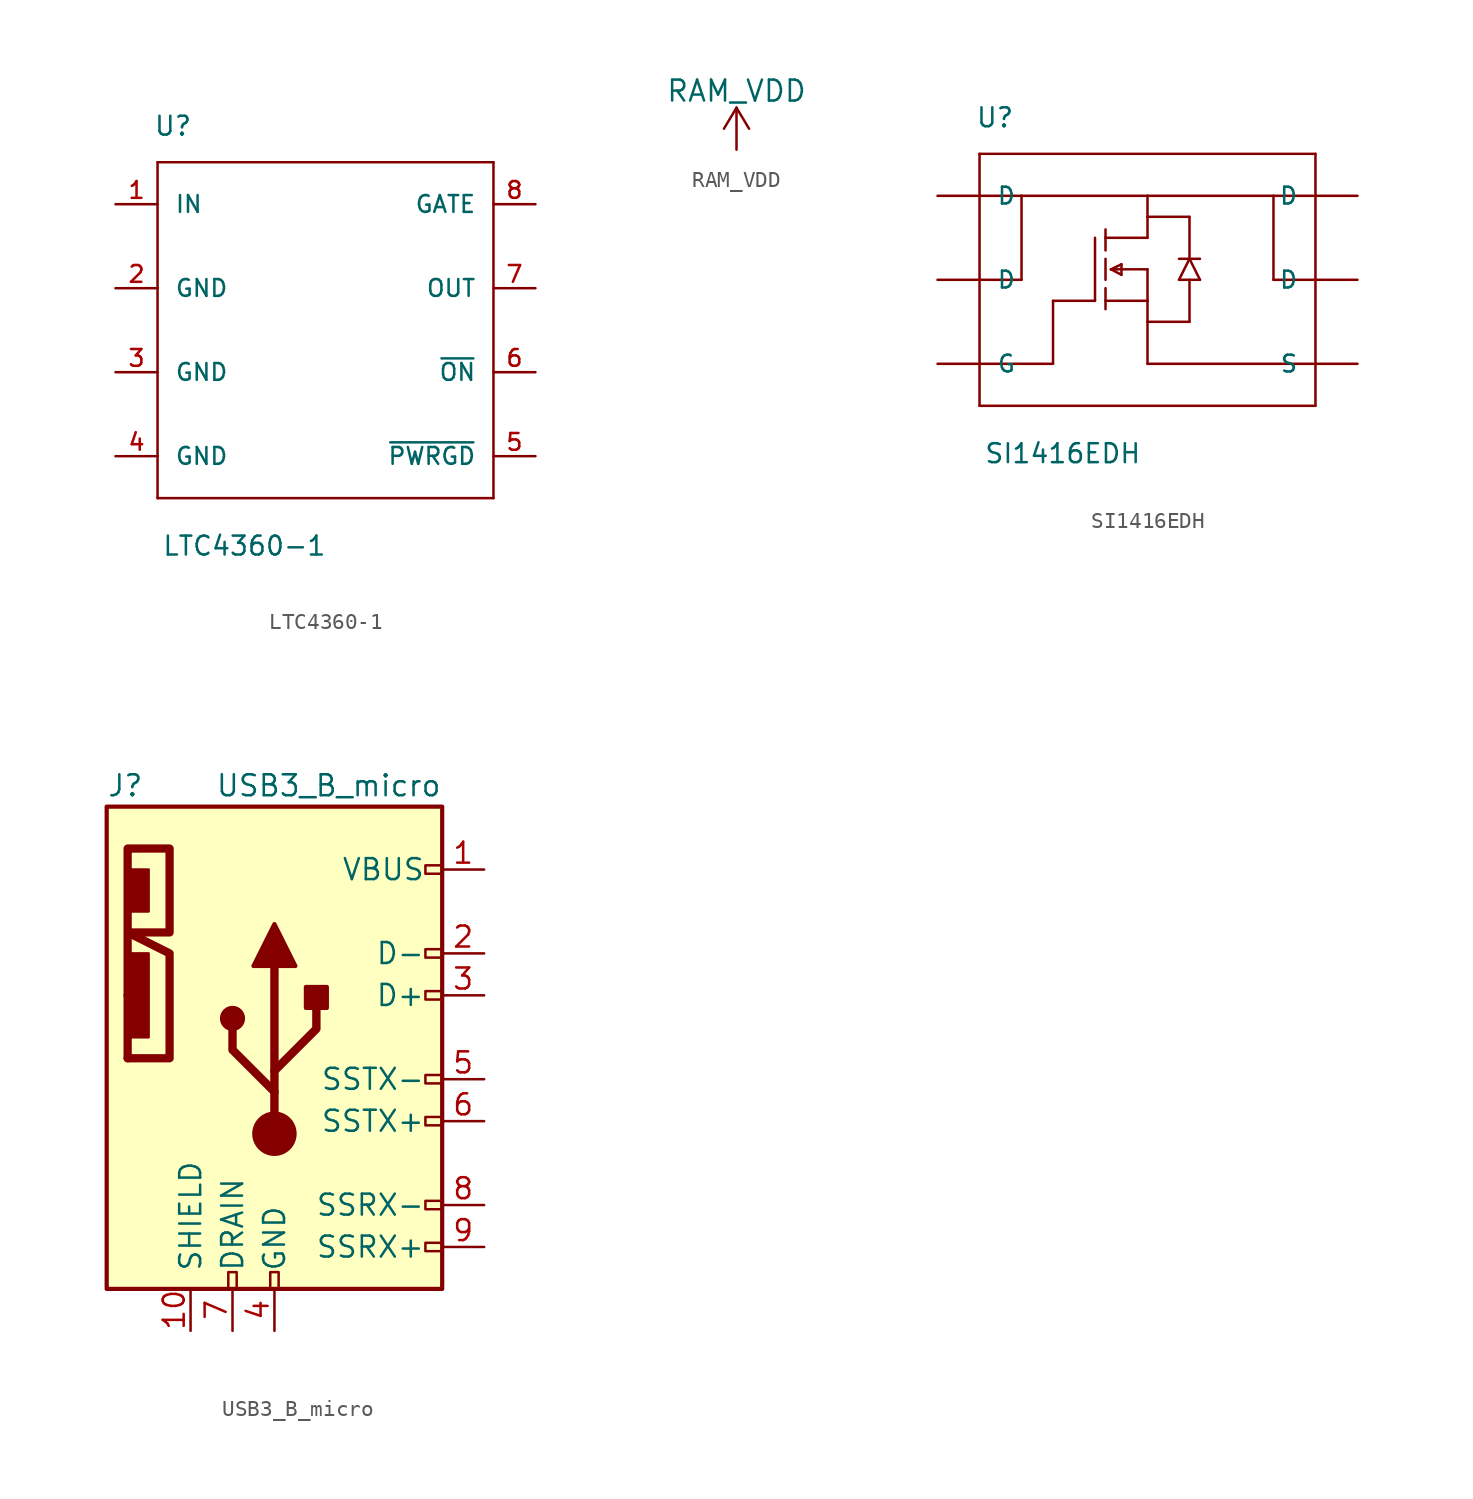
<source format=kicad_sym>
(kicad_symbol_lib
  (version 20211014)
  (generator kicad_symbol_editor)
  (symbol "LTC4360-1"
    (pin_names
      (offset 1.016))
    (property "Reference" "U"
      (at -10.414 11.684 0)
      (effects (font (size 1.143 1.143)) (justify left bottom)))
    (property "Value" "LTC4360-1"
      (at -9.906 -13.716 0)
      (effects (font (size 1.143 1.143)) (justify left bottom)))
    (property "ki_locked" ""
      (at 0 0 0)
      (effects (font (size 1.27 1.27))))
    (symbol "LTC4360-1_1_0"
      (polyline (pts (xy -10.16 -10.16) (xy -10.16 10.16)) (stroke (width 0) (type default) (color 0 0 0 0)) (fill (type none)))
      (polyline (pts (xy -10.16 10.16) (xy 10.16 10.16)) (stroke (width 0) (type default) (color 0 0 0 0)) (fill (type none)))
      (polyline (pts (xy 10.16 -10.16) (xy -10.16 -10.16)) (stroke (width 0) (type default) (color 0 0 0 0)) (fill (type none)))
      (polyline (pts (xy 10.16 10.16) (xy 10.16 -10.16)) (stroke (width 0) (type default) (color 0 0 0 0)) (fill (type none))))
    (symbol "LTC4360-1_1_1"
      (pin power_in line (at -12.7 7.62 0) (length 2.54) (name "IN" (effects (font (size 1.016 1.016)))) (number "1" (effects (font (size 1.016 1.016)))))
      (pin power_in line (at -12.7 2.54 0) (length 2.54) (name "GND" (effects (font (size 1.016 1.016)))) (number "2" (effects (font (size 1.016 1.016)))))
      (pin power_in line (at -12.7 -2.54 0) (length 2.54) (name "GND" (effects (font (size 1.016 1.016)))) (number "3" (effects (font (size 1.016 1.016)))))
      (pin power_in line (at -12.7 -7.62 0) (length 2.54) (name "GND" (effects (font (size 1.016 1.016)))) (number "4" (effects (font (size 1.016 1.016)))))
      (pin output line (at 12.7 -7.62 180) (length 2.54) (name "~{PWRGD}" (effects (font (size 1.016 1.016)))) (number "5" (effects (font (size 1.016 1.016)))))
      (pin input line (at 12.7 -2.54 180) (length 2.54) (name "~{ON}" (effects (font (size 1.016 1.016)))) (number "6" (effects (font (size 1.016 1.016)))))
      (pin input line (at 12.7 2.54 180) (length 2.54) (name "OUT" (effects (font (size 1.016 1.016)))) (number "7" (effects (font (size 1.016 1.016)))))
      (pin output line (at 12.7 7.62 180) (length 2.54) (name "GATE" (effects (font (size 1.016 1.016)))) (number "8" (effects (font (size 1.016 1.016)))))))
  (symbol "RAM_VDD"
    (power)
    (pin_names
      (offset 0))
    (property "Reference" "#PWR"
      (at 0 -3.81 0)
      (effects (font (size 1.27 1.27)) hide))
    (property "Value" "RAM_VDD"
      (at 0 3.556 0)
      (effects (font (size 1.27 1.27))))
    (symbol "RAM_VDD_0_1"
      (polyline (pts (xy -0.762 1.27) (xy 0 2.54)) (stroke (width 0) (type default) (color 0 0 0 0)) (fill (type none)))
      (polyline (pts (xy 0 0) (xy 0 2.54)) (stroke (width 0) (type default) (color 0 0 0 0)) (fill (type none)))
      (polyline (pts (xy 0 2.54) (xy 0.762 1.27)) (stroke (width 0) (type default) (color 0 0 0 0)) (fill (type none))))
    (symbol "RAM_VDD_1_1"
      (pin power_in line (at 0 0 90) (length 0) hide (name "RAM_VDD" (effects (font (size 1.27 1.27)))) (number "1" (effects (font (size 1.27 1.27)))))))
  (symbol "SI1416EDH"
    (pin_numbers hide)
    (pin_names
      (offset 1.016))
    (property "Reference" "U"
      (at -10.414 9.144 0)
      (effects (font (size 1.143 1.143)) (justify left bottom)))
    (property "Value" "SI1416EDH"
      (at -9.906 -11.176 0)
      (effects (font (size 1.143 1.143)) (justify left bottom)))
    (symbol "SI1416EDH_1_0"
      (polyline (pts (xy -10.16 -7.62) (xy -10.16 -5.08)) (stroke (width 0) (type default) (color 0 0 0 0)) (fill (type none)))
      (polyline (pts (xy -10.16 -5.08) (xy -10.16 0)) (stroke (width 0) (type default) (color 0 0 0 0)) (fill (type none)))
      (polyline (pts (xy -10.16 0) (xy -10.16 5.08)) (stroke (width 0) (type default) (color 0 0 0 0)) (fill (type none)))
      (polyline (pts (xy -10.16 0) (xy -7.62 0)) (stroke (width 0) (type default) (color 0 0 0 0)) (fill (type none)))
      (polyline (pts (xy -10.16 5.08) (xy -10.16 7.62)) (stroke (width 0) (type default) (color 0 0 0 0)) (fill (type none)))
      (polyline (pts (xy -10.16 7.62) (xy 10.16 7.62)) (stroke (width 0) (type default) (color 0 0 0 0)) (fill (type none)))
      (polyline (pts (xy -7.62 0) (xy -7.62 5.08)) (stroke (width 0) (type default) (color 0 0 0 0)) (fill (type none)))
      (polyline (pts (xy -7.62 5.08) (xy -10.16 5.08)) (stroke (width 0) (type default) (color 0 0 0 0)) (fill (type none)))
      (polyline (pts (xy -5.715 -5.08) (xy -10.16 -5.08)) (stroke (width 0) (type default) (color 0 0 0 0)) (fill (type none)))
      (polyline (pts (xy -5.715 -1.27) (xy -5.715 -5.08)) (stroke (width 0) (type default) (color 0 0 0 0)) (fill (type none)))
      (polyline (pts (xy -3.175 -1.27) (xy -5.715 -1.27)) (stroke (width 0) (type default) (color 0 0 0 0)) (fill (type none)))
      (polyline (pts (xy -3.175 2.54) (xy -3.175 -1.27)) (stroke (width 0) (type default) (color 0 0 0 0)) (fill (type none)))
      (polyline (pts (xy -2.54 -1.27) (xy -2.54 -1.778)) (stroke (width 0) (type default) (color 0 0 0 0)) (fill (type none)))
      (polyline (pts (xy -2.54 -0.508) (xy -2.54 -1.27)) (stroke (width 0) (type default) (color 0 0 0 0)) (fill (type none)))
      (polyline (pts (xy -2.54 1.27) (xy -2.54 0)) (stroke (width 0) (type default) (color 0 0 0 0)) (fill (type none)))
      (polyline (pts (xy -2.54 2.54) (xy -2.54 1.778)) (stroke (width 0) (type default) (color 0 0 0 0)) (fill (type none)))
      (polyline (pts (xy -2.54 2.54) (xy 0 2.54)) (stroke (width 0) (type default) (color 0 0 0 0)) (fill (type none)))
      (polyline (pts (xy -2.54 3.048) (xy -2.54 2.54)) (stroke (width 0) (type default) (color 0 0 0 0)) (fill (type none)))
      (polyline (pts (xy -2.21 0.635) (xy -1.575 0.94)) (stroke (width 0) (type default) (color 0 0 0 0)) (fill (type none)))
      (polyline (pts (xy -1.575 0.305) (xy -2.21 0.635)) (stroke (width 0) (type default) (color 0 0 0 0)) (fill (type none)))
      (polyline (pts (xy -1.575 0.94) (xy -1.575 0.305)) (stroke (width 0) (type default) (color 0 0 0 0)) (fill (type none)))
      (polyline (pts (xy 0 -5.08) (xy 10.16 -5.08)) (stroke (width 0) (type default) (color 0 0 0 0)) (fill (type none)))
      (polyline (pts (xy 0 -2.54) (xy 0 -5.08)) (stroke (width 0) (type default) (color 0 0 0 0)) (fill (type none)))
      (polyline (pts (xy 0 -2.54) (xy 2.54 -2.54)) (stroke (width 0) (type default) (color 0 0 0 0)) (fill (type none)))
      (polyline (pts (xy 0 -1.27) (xy -2.54 -1.27)) (stroke (width 0) (type default) (color 0 0 0 0)) (fill (type none)))
      (polyline (pts (xy 0 -1.27) (xy 0 -2.54)) (stroke (width 0) (type default) (color 0 0 0 0)) (fill (type none)))
      (polyline (pts (xy 0 0.635) (xy -2.21 0.635)) (stroke (width 0) (type default) (color 0 0 0 0)) (fill (type none)))
      (polyline (pts (xy 0 0.635) (xy 0 -1.27)) (stroke (width 0) (type default) (color 0 0 0 0)) (fill (type none)))
      (polyline (pts (xy 0 2.54) (xy 0 3.81)) (stroke (width 0) (type default) (color 0 0 0 0)) (fill (type none)))
      (polyline (pts (xy 0 3.81) (xy 0 5.08)) (stroke (width 0) (type default) (color 0 0 0 0)) (fill (type none)))
      (polyline (pts (xy 0 3.81) (xy 2.54 3.81)) (stroke (width 0) (type default) (color 0 0 0 0)) (fill (type none)))
      (polyline (pts (xy 0 5.08) (xy -7.62 5.08)) (stroke (width 0) (type default) (color 0 0 0 0)) (fill (type none)))
      (polyline (pts (xy 0 5.08) (xy 7.62 5.08)) (stroke (width 0) (type default) (color 0 0 0 0)) (fill (type none)))
      (polyline (pts (xy 1.905 0) (xy 3.175 0)) (stroke (width 0) (type default) (color 0 0 0 0)) (fill (type none)))
      (polyline (pts (xy 1.905 1.27) (xy 3.175 1.27)) (stroke (width 0) (type default) (color 0 0 0 0)) (fill (type none)))
      (polyline (pts (xy 2.54 -2.54) (xy 2.54 0)) (stroke (width 0) (type default) (color 0 0 0 0)) (fill (type none)))
      (polyline (pts (xy 2.54 1.27) (xy 1.905 0)) (stroke (width 0) (type default) (color 0 0 0 0)) (fill (type none)))
      (polyline (pts (xy 2.54 3.81) (xy 2.54 1.27)) (stroke (width 0) (type default) (color 0 0 0 0)) (fill (type none)))
      (polyline (pts (xy 3.175 0) (xy 2.54 1.27)) (stroke (width 0) (type default) (color 0 0 0 0)) (fill (type none)))
      (polyline (pts (xy 7.62 0) (xy 10.16 0)) (stroke (width 0) (type default) (color 0 0 0 0)) (fill (type none)))
      (polyline (pts (xy 7.62 5.08) (xy 7.62 0)) (stroke (width 0) (type default) (color 0 0 0 0)) (fill (type none)))
      (polyline (pts (xy 7.62 5.08) (xy 10.16 5.08)) (stroke (width 0) (type default) (color 0 0 0 0)) (fill (type none)))
      (polyline (pts (xy 10.16 -7.62) (xy -10.16 -7.62)) (stroke (width 0) (type default) (color 0 0 0 0)) (fill (type none)))
      (polyline (pts (xy 10.16 -5.08) (xy 10.16 -7.62)) (stroke (width 0) (type default) (color 0 0 0 0)) (fill (type none)))
      (polyline (pts (xy 10.16 0) (xy 10.16 -5.08)) (stroke (width 0) (type default) (color 0 0 0 0)) (fill (type none)))
      (polyline (pts (xy 10.16 5.08) (xy 10.16 0)) (stroke (width 0) (type default) (color 0 0 0 0)) (fill (type none)))
      (polyline (pts (xy 10.16 7.62) (xy 10.16 5.08)) (stroke (width 0) (type default) (color 0 0 0 0)) (fill (type none))))
    (symbol "SI1416EDH_1_1"
      (pin passive line (at -12.7 5.08 0) (length 2.54) (name "D" (effects (font (size 1.016 1.016)))) (number "1" (effects (font (size 1.016 1.016)))))
      (pin passive line (at -12.7 0 0) (length 2.54) (name "D" (effects (font (size 1.016 1.016)))) (number "2" (effects (font (size 1.016 1.016)))))
      (pin input line (at -12.7 -5.08 0) (length 2.54) (name "G" (effects (font (size 1.016 1.016)))) (number "3" (effects (font (size 1.016 1.016)))))
      (pin passive line (at 12.7 -5.08 180) (length 2.54) (name "S" (effects (font (size 1.016 1.016)))) (number "4" (effects (font (size 1.016 1.016)))))
      (pin passive line (at 12.7 0 180) (length 2.54) (name "D" (effects (font (size 1.016 1.016)))) (number "5" (effects (font (size 1.016 1.016)))))
      (pin passive line (at 12.7 5.08 180) (length 2.54) (name "D" (effects (font (size 1.016 1.016)))) (number "6" (effects (font (size 1.016 1.016)))))))
  (symbol "USB3_B_micro"
    (pin_names
      (offset 1.016))
    (property "Reference" "J"
      (at -10.16 15.24 0)
      (effects (font (size 1.27 1.27)) (justify left)))
    (property "Value" "USB3_B_micro"
      (at 10.16 15.24 0)
      (effects (font (size 1.27 1.27)) (justify right)))
    (symbol "USB3_B_micro_0_0"
      (rectangle (start -2.794 -15.24) (end -2.286 -14.224) (stroke (width 0) (type default) (color 0 0 0 0)) (fill (type none)))
      (rectangle (start -0.254 -15.24) (end 0.254 -14.224) (stroke (width 0) (type default) (color 0 0 0 0)) (fill (type none)))
      (rectangle (start 10.16 -12.446) (end 9.144 -12.954) (stroke (width 0) (type default) (color 0 0 0 0)) (fill (type none)))
      (rectangle (start 10.16 -9.906) (end 9.144 -10.414) (stroke (width 0) (type default) (color 0 0 0 0)) (fill (type none)))
      (rectangle (start 10.16 -4.826) (end 9.144 -5.334) (stroke (width 0) (type default) (color 0 0 0 0)) (fill (type none)))
      (rectangle (start 10.16 -2.286) (end 9.144 -2.794) (stroke (width 0) (type default) (color 0 0 0 0)) (fill (type none)))
      (rectangle (start 10.16 2.794) (end 9.144 2.286) (stroke (width 0) (type default) (color 0 0 0 0)) (fill (type none)))
      (rectangle (start 10.16 5.334) (end 9.144 4.826) (stroke (width 0) (type default) (color 0 0 0 0)) (fill (type none)))
      (rectangle (start 10.16 10.414) (end 9.144 9.906) (stroke (width 0) (type default) (color 0 0 0 0)) (fill (type none))))
    (symbol "USB3_B_micro_0_1"
      (rectangle (start -10.16 13.97) (end 10.16 -15.24) (stroke (width 0.254) (type default) (color 0 0 0 0)) (fill (type background)))
      (rectangle (start -8.89 5.08) (end -7.62 0) (stroke (width 0) (type default) (color 0 0 0 0)) (fill (type outline)))
      (rectangle (start -8.89 10.16) (end -7.62 7.62) (stroke (width 0) (type default) (color 0 0 0 0)) (fill (type outline)))
      (polyline (pts (xy -8.89 2.54) (xy -8.89 -1.27)) (stroke (width 0.5) (type default) (color 0 0 0 0)) (fill (type none)))
      (polyline (pts (xy -8.89 2.54) (xy -8.89 11.43) (xy -6.35 11.43) (xy -6.35 6.35) (xy -8.89 6.35) (xy -6.35 5.08) (xy -6.35 -1.27) (xy -8.89 -1.27)) (stroke (width 0.5) (type default) (color 0 0 0 0)) (fill (type none))))
    (symbol "USB3_B_micro_1_1"
      (circle (center -2.54 1.143) (radius 0.635) (stroke (width 0.254) (type default) (color 0 0 0 0)) (fill (type outline)))
      (circle (center 0 -5.842) (radius 1.27) (stroke (width 0) (type default) (color 0 0 0 0)) (fill (type outline)))
      (polyline (pts (xy 0 -5.842) (xy 0 4.318)) (stroke (width 0.508) (type default) (color 0 0 0 0)) (fill (type none)))
      (polyline (pts (xy 0 -3.302) (xy -2.54 -0.762) (xy -2.54 0.508)) (stroke (width 0.508) (type default) (color 0 0 0 0)) (fill (type none)))
      (polyline (pts (xy 0 -2.032) (xy 2.54 0.508) (xy 2.54 1.778)) (stroke (width 0.508) (type default) (color 0 0 0 0)) (fill (type none)))
      (polyline (pts (xy -1.27 4.318) (xy 0 6.858) (xy 1.27 4.318) (xy -1.27 4.318)) (stroke (width 0.254) (type default) (color 0 0 0 0)) (fill (type outline)))
      (rectangle (start 1.905 1.778) (end 3.175 3.048) (stroke (width 0.254) (type default) (color 0 0 0 0)) (fill (type outline)))
      (pin power_out line (at 12.7 10.16 180) (length 2.54) (name "VBUS" (effects (font (size 1.27 1.27)))) (number "1" (effects (font (size 1.27 1.27)))))
      (pin passive line (at -5.08 -17.78 90) (length 2.54) (name "SHIELD" (effects (font (size 1.27 1.27)))) (number "10" (effects (font (size 1.27 1.27)))))
      (pin bidirectional line (at 12.7 5.08 180) (length 2.54) (name "D-" (effects (font (size 1.27 1.27)))) (number "2" (effects (font (size 1.27 1.27)))))
      (pin bidirectional line (at 12.7 2.54 180) (length 2.54) (name "D+" (effects (font (size 1.27 1.27)))) (number "3" (effects (font (size 1.27 1.27)))))
      (pin power_in line (at 0 -17.78 90) (length 2.54) (name "GND" (effects (font (size 1.27 1.27)))) (number "4" (effects (font (size 1.27 1.27)))))
      (pin input line (at 12.7 -2.54 180) (length 2.54) (name "SSTX-" (effects (font (size 1.27 1.27)))) (number "5" (effects (font (size 1.27 1.27)))))
      (pin input line (at 12.7 -5.08 180) (length 2.54) (name "SSTX+" (effects (font (size 1.27 1.27)))) (number "6" (effects (font (size 1.27 1.27)))))
      (pin passive line (at -2.54 -17.78 90) (length 2.54) (name "DRAIN" (effects (font (size 1.27 1.27)))) (number "7" (effects (font (size 1.27 1.27)))))
      (pin output line (at 12.7 -10.16 180) (length 2.54) (name "SSRX-" (effects (font (size 1.27 1.27)))) (number "8" (effects (font (size 1.27 1.27)))))
      (pin output line (at 12.7 -12.7 180) (length 2.54) (name "SSRX+" (effects (font (size 1.27 1.27)))) (number "9" (effects (font (size 1.27 1.27))))))))
</source>
